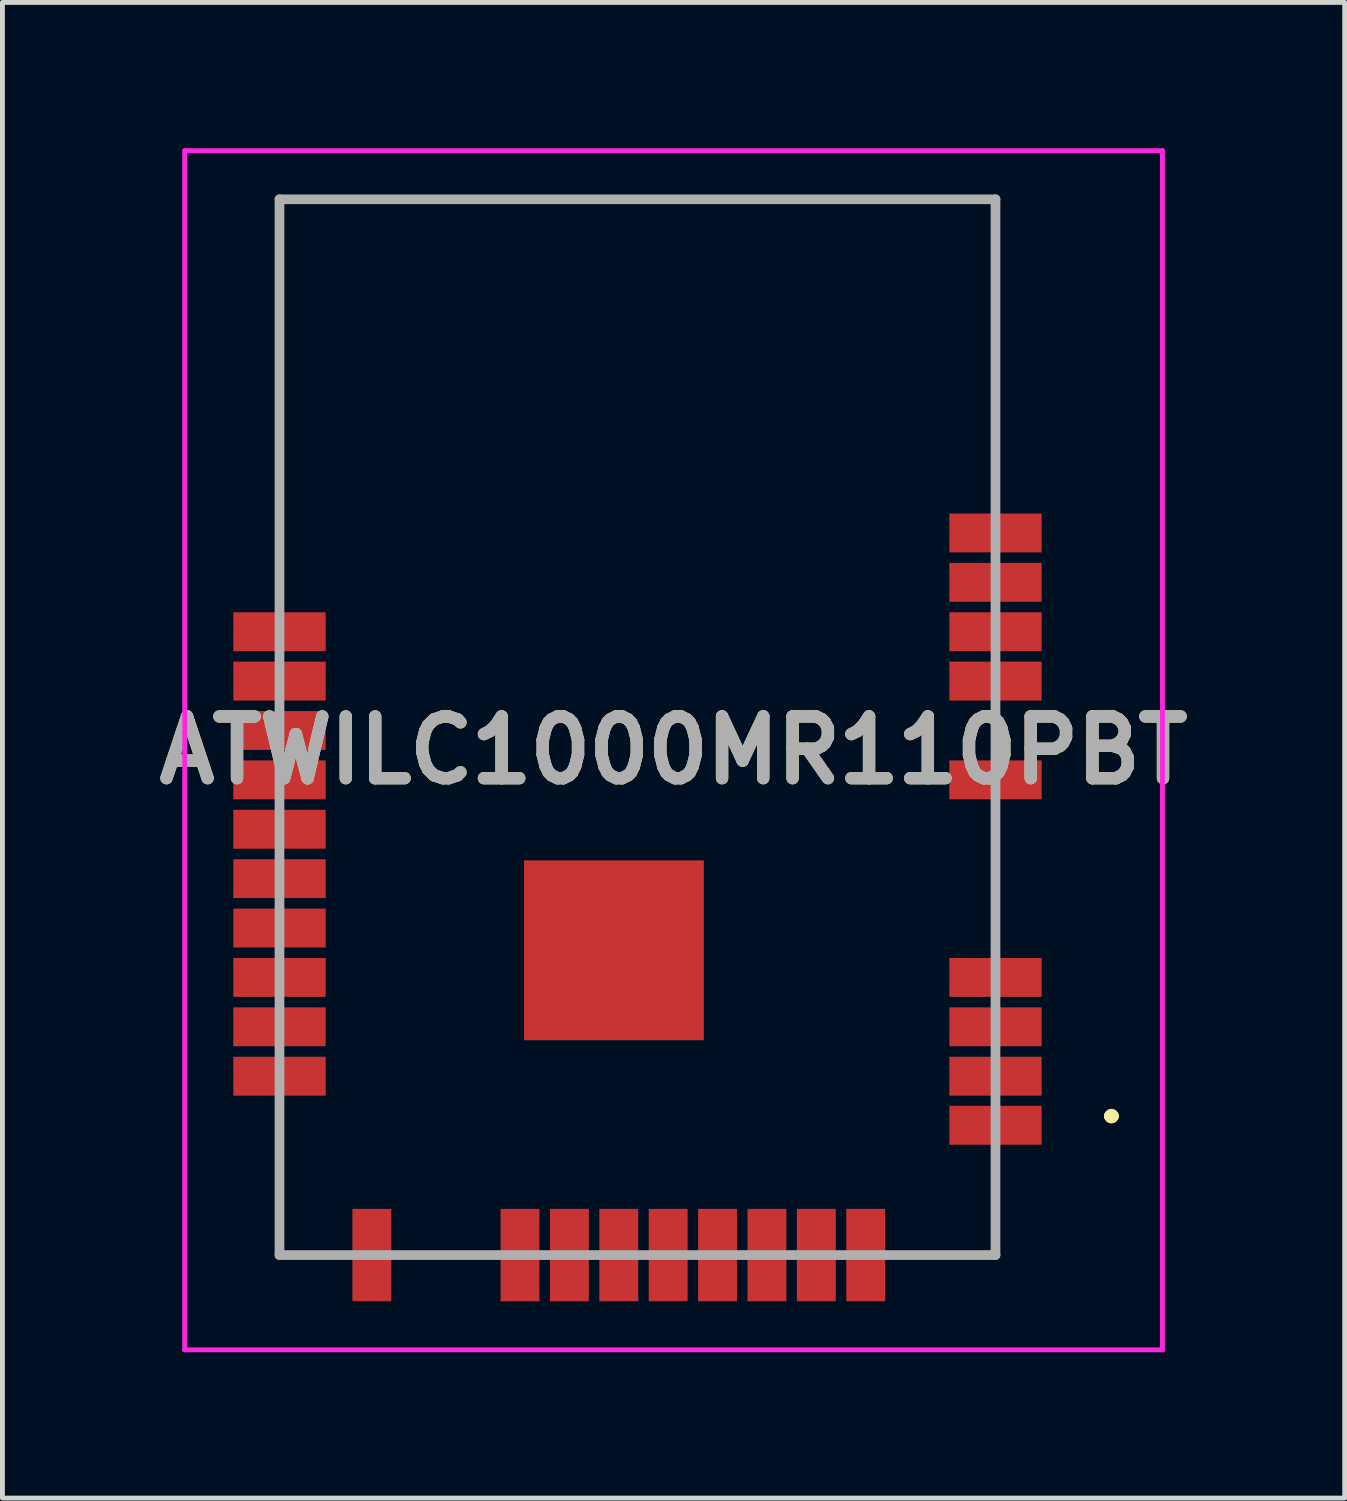
<source format=kicad_pcb>
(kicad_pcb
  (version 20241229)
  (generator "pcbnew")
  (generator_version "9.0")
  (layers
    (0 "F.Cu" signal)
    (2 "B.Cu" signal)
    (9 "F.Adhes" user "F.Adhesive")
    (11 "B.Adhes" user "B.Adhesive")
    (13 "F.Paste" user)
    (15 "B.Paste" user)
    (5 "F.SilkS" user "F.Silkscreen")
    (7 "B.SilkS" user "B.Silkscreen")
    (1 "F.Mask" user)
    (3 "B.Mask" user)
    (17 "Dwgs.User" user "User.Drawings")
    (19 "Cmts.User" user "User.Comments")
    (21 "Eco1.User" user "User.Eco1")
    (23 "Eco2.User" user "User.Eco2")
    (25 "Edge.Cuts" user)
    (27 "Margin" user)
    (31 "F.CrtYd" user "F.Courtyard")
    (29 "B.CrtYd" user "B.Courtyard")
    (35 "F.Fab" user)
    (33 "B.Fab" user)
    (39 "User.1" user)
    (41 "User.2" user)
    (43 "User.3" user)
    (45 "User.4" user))
  (footprint "ATWILC1000MR110PBT"
    (layer "F.Cu")
    (at 10.065 11.91)
    (property "Reference" "ATWILC1000MR110PBT" (at 0.742 0.475 0) (layer "F.SilkS") (effects (font (size 1.27 1.27) (thickness 0.254))))
    (attr smd)
    (fp_line (start -7.365 -10.86) (end -7.365 -10.86) (stroke (width 0.1) (type solid)) (layer "F.SilkS"))
    (fp_line (start -7.365 -10.86) (end -7.365 -10.86) (stroke (width 0.1) (type solid)) (layer "F.SilkS"))
    (fp_line (start -7.365 -10.86) (end -7.365 -3.25) (stroke (width 0.1) (type solid)) (layer "F.SilkS"))
    (fp_line (start -7.365 -10.86) (end 7.365 -10.86) (stroke (width 0.1) (type solid)) (layer "F.SilkS"))
    (fp_line (start -7.365 -3.25) (end -7.365 -10.86) (stroke (width 0.1) (type solid)) (layer "F.SilkS"))
    (fp_line (start -7.365 -3.25) (end -7.365 -3.25) (stroke (width 0.1) (type solid)) (layer "F.SilkS"))
    (fp_line (start -7.365 8) (end -7.365 8) (stroke (width 0.1) (type solid)) (layer "F.SilkS"))
    (fp_line (start -7.365 8) (end -7.365 10.86) (stroke (width 0.1) (type solid)) (layer "F.SilkS"))
    (fp_line (start -7.365 10.86) (end -7.365 8) (stroke (width 0.1) (type solid)) (layer "F.SilkS"))
    (fp_line (start -7.365 10.86) (end -7.365 10.86) (stroke (width 0.1) (type solid)) (layer "F.SilkS"))
    (fp_line (start -4.75 10.86) (end -4.75 10.86) (stroke (width 0.1) (type solid)) (layer "F.SilkS"))
    (fp_line (start -4.75 10.86) (end -3.25 10.86) (stroke (width 0.1) (type solid)) (layer "F.SilkS"))
    (fp_line (start -3.25 10.86) (end -4.75 10.86) (stroke (width 0.1) (type solid)) (layer "F.SilkS"))
    (fp_line (start -3.25 10.86) (end -3.25 10.86) (stroke (width 0.1) (type solid)) (layer "F.SilkS"))
    (fp_line (start 5.75 10.86) (end 5.75 10.86) (stroke (width 0.1) (type solid)) (layer "F.SilkS"))
    (fp_line (start 5.75 10.86) (end 7.365 10.86) (stroke (width 0.1) (type solid)) (layer "F.SilkS"))
    (fp_line (start 7.365 -10.86) (end -7.365 -10.86) (stroke (width 0.1) (type solid)) (layer "F.SilkS"))
    (fp_line (start 7.365 -10.86) (end 7.365 -10.86) (stroke (width 0.1) (type solid)) (layer "F.SilkS"))
    (fp_line (start 7.365 -10.86) (end 7.365 -10.86) (stroke (width 0.1) (type solid)) (layer "F.SilkS"))
    (fp_line (start 7.365 -10.86) (end 7.365 -5) (stroke (width 0.1) (type solid)) (layer "F.SilkS"))
    (fp_line (start 7.365 -5) (end 7.365 -10.86) (stroke (width 0.1) (type solid)) (layer "F.SilkS"))
    (fp_line (start 7.365 -5) (end 7.365 -5) (stroke (width 0.1) (type solid)) (layer "F.SilkS"))
    (fp_line (start 7.365 -0.25) (end 7.365 -0.25) (stroke (width 0.1) (type solid)) (layer "F.SilkS"))
    (fp_line (start 7.365 -0.25) (end 7.365 0.25) (stroke (width 0.1) (type solid)) (layer "F.SilkS"))
    (fp_line (start 7.365 0.25) (end 7.365 -0.25) (stroke (width 0.1) (type solid)) (layer "F.SilkS"))
    (fp_line (start 7.365 0.25) (end 7.365 0.25) (stroke (width 0.1) (type solid)) (layer "F.SilkS"))
    (fp_line (start 7.365 2.1) (end 7.365 2.1) (stroke (width 0.1) (type solid)) (layer "F.SilkS"))
    (fp_line (start 7.365 2.1) (end 7.365 4.25) (stroke (width 0.1) (type solid)) (layer "F.SilkS"))
    (fp_line (start 7.365 4.25) (end 7.365 2.1) (stroke (width 0.1) (type solid)) (layer "F.SilkS"))
    (fp_line (start 7.365 4.25) (end 7.365 4.25) (stroke (width 0.1) (type solid)) (layer "F.SilkS"))
    (fp_line (start 7.365 9) (end 7.365 9) (stroke (width 0.1) (type solid)) (layer "F.SilkS"))
    (fp_line (start 7.365 9) (end 7.365 10.86) (stroke (width 0.1) (type solid)) (layer "F.SilkS"))
    (fp_line (start 7.365 10.86) (end 5.75 10.86) (stroke (width 0.1) (type solid)) (layer "F.SilkS"))
    (fp_line (start 7.365 10.86) (end 7.365 9) (stroke (width 0.1) (type solid)) (layer "F.SilkS"))
    (fp_line (start 7.365 10.86) (end 7.365 10.86) (stroke (width 0.1) (type solid)) (layer "F.SilkS"))
    (fp_line (start 7.365 10.86) (end 7.365 10.86) (stroke (width 0.1) (type solid)) (layer "F.SilkS"))
    (fp_line (start 9.7 8) (end 9.7 8) (stroke (width 0.2) (type solid)) (layer "F.SilkS"))
    (fp_line (start 9.7 8) (end 9.7 8) (stroke (width 0.2) (type solid)) (layer "F.SilkS"))
    (fp_line (start 9.8 8) (end 9.8 8) (stroke (width 0.2) (type solid)) (layer "F.SilkS"))
    (fp_arc (start 9.7 8) (mid 9.75 7.95) (end 9.8 8) (stroke (width 0.2) (type solid)) (layer "F.SilkS"))
    (fp_arc (start 9.8 8) (mid 9.75 8.05) (end 9.7 8) (stroke (width 0.2) (type solid)) (layer "F.SilkS"))
    (fp_arc (start 9.8 8) (mid 9.75 8.05) (end 9.7 8) (stroke (width 0.2) (type solid)) (layer "F.SilkS"))
    (fp_line (start -9.315 -11.86) (end 10.8 -11.86) (stroke (width 0.1) (type solid)) (layer "F.CrtYd"))
    (fp_line (start -9.315 12.81) (end -9.315 -11.86) (stroke (width 0.1) (type solid)) (layer "F.CrtYd"))
    (fp_line (start 10.8 -11.86) (end 10.8 12.81) (stroke (width 0.1) (type solid)) (layer "F.CrtYd"))
    (fp_line (start 10.8 12.81) (end -9.315 12.81) (stroke (width 0.1) (type solid)) (layer "F.CrtYd"))
    (fp_line (start -7.365 -10.86) (end -7.365 10.86) (stroke (width 0.2) (type solid)) (layer "F.Fab"))
    (fp_line (start -7.365 10.86) (end 7.365 10.86) (stroke (width 0.2) (type solid)) (layer "F.Fab"))
    (fp_line (start 7.365 -10.86) (end -7.365 -10.86) (stroke (width 0.2) (type solid)) (layer "F.Fab"))
    (fp_line (start 7.365 10.86) (end 7.365 -10.86) (stroke (width 0.2) (type solid)) (layer "F.Fab"))
    (fp_text user "${REFERENCE}" (at 0.742 0.475 0) (layer "F.Fab") (effects (font (size 1.27 1.27) (thickness 0.254))))
    (pad "29" smd rect (at -0.485 4.59 90) (size 3.7 3.7) (layers "F.Cu" "F.Mask" "F.Paste"))
    (pad "J1" smd rect (at 7.365 8.19 90) (size 0.8 1.9) (layers "F.Cu" "F.Mask" "F.Paste"))
    (pad "J2" smd rect (at 7.365 7.18 90) (size 0.8 1.9) (layers "F.Cu" "F.Mask" "F.Paste"))
    (pad "J3" smd rect (at 7.365 6.164 90) (size 0.8 1.9) (layers "F.Cu" "F.Mask" "F.Paste"))
    (pad "J4" smd rect (at 7.365 5.148 90) (size 0.8 1.9) (layers "F.Cu" "F.Mask" "F.Paste"))
    (pad "J5" smd rect (at 7.365 1.084 90) (size 0.8 1.9) (layers "F.Cu" "F.Mask" "F.Paste"))
    (pad "J6" smd rect (at 7.365 -0.948 90) (size 0.8 1.9) (layers "F.Cu" "F.Mask" "F.Paste"))
    (pad "J7" smd rect (at 7.365 -1.964 90) (size 0.8 1.9) (layers "F.Cu" "F.Mask" "F.Paste"))
    (pad "J8" smd rect (at 7.365 -2.98 90) (size 0.8 1.9) (layers "F.Cu" "F.Mask" "F.Paste"))
    (pad "J9" smd rect (at 7.365 -3.996 90) (size 0.8 1.9) (layers "F.Cu" "F.Mask" "F.Paste"))
    (pad "J10" smd rect (at -7.365 -1.964 90) (size 0.8 1.9) (layers "F.Cu" "F.Mask" "F.Paste"))
    (pad "J11" smd rect (at -7.365 -0.948 90) (size 0.8 1.9) (layers "F.Cu" "F.Mask" "F.Paste"))
    (pad "J12" smd rect (at -7.365 0.068 90) (size 0.8 1.9) (layers "F.Cu" "F.Mask" "F.Paste"))
    (pad "J13" smd rect (at -7.365 1.084 90) (size 0.8 1.9) (layers "F.Cu" "F.Mask" "F.Paste"))
    (pad "J14" smd rect (at -7.365 2.1 90) (size 0.8 1.9) (layers "F.Cu" "F.Mask" "F.Paste"))
    (pad "J15" smd rect (at -7.365 3.116 90) (size 0.8 1.9) (layers "F.Cu" "F.Mask" "F.Paste"))
    (pad "J16" smd rect (at -7.365 4.132 90) (size 0.8 1.9) (layers "F.Cu" "F.Mask" "F.Paste"))
    (pad "J17" smd rect (at -7.365 5.148 90) (size 0.8 1.9) (layers "F.Cu" "F.Mask" "F.Paste"))
    (pad "J18" smd rect (at -7.365 6.164 90) (size 0.8 1.9) (layers "F.Cu" "F.Mask" "F.Paste"))
    (pad "J19" smd rect (at -7.365 7.18 90) (size 0.8 1.9) (layers "F.Cu" "F.Mask" "F.Paste"))
    (pad "J20" smd rect (at -5.465 10.86) (size 0.8 1.9) (layers "F.Cu" "F.Mask" "F.Paste"))
    (pad "J21" smd rect (at -2.417 10.86) (size 0.8 1.9) (layers "F.Cu" "F.Mask" "F.Paste"))
    (pad "J22" smd rect (at -1.401 10.86) (size 0.8 1.9) (layers "F.Cu" "F.Mask" "F.Paste"))
    (pad "J23" smd rect (at -0.385 10.86) (size 0.8 1.9) (layers "F.Cu" "F.Mask" "F.Paste"))
    (pad "J24" smd rect (at 0.631 10.86) (size 0.8 1.9) (layers "F.Cu" "F.Mask" "F.Paste"))
    (pad "J25" smd rect (at 1.647 10.86) (size 0.8 1.9) (layers "F.Cu" "F.Mask" "F.Paste"))
    (pad "J26" smd rect (at 2.663 10.86) (size 0.8 1.9) (layers "F.Cu" "F.Mask" "F.Paste"))
    (pad "J27" smd rect (at 3.679 10.86) (size 0.8 1.9) (layers "F.Cu" "F.Mask" "F.Paste"))
    (pad "J28" smd rect (at 4.695 10.86) (size 0.8 1.9) (layers "F.Cu" "F.Mask" "F.Paste")))
  (gr_rect
    (start -3 -3)
    (end 24.614 27.77)
    (stroke (width 0.1) (type default))
    (fill no)
    (layer "Edge.Cuts")))
</source>
